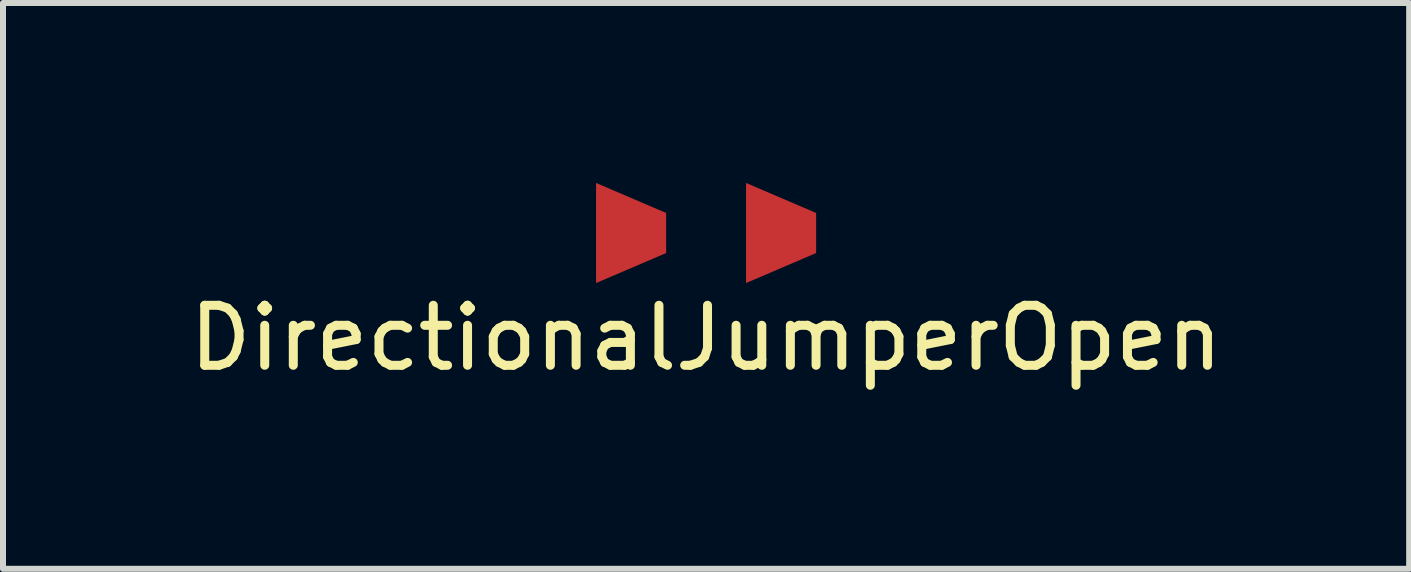
<source format=kicad_pcb>
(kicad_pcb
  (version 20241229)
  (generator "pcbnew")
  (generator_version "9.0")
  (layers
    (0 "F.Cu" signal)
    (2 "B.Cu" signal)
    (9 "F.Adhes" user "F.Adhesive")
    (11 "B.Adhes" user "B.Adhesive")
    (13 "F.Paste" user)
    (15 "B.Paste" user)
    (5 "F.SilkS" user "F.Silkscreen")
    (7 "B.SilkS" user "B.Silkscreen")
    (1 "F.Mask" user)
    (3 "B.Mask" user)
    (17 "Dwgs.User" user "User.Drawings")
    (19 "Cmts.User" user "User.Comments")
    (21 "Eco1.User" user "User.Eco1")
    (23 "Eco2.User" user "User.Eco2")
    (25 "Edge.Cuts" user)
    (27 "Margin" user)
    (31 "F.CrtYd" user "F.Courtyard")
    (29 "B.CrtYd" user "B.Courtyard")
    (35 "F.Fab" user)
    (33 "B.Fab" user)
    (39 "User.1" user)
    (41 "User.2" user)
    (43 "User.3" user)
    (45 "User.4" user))
  (footprint "DirectionalJumperOpen"
    (layer "F.Cu")
    (at 8.72 0.834)
    (property "Reference" "DirectionalJumperOpen" (at 0 1.75 0) (layer "F.SilkS") (effects (font (size 1 1) (thickness 0.15))))
    (attr through_hole)
    (pad "1" smd trapezoid (at -1.25 0 270) (size 1.168 1.168) (rect_delta 0 0.5) (layers "F.Cu" "F.Mask" "F.Paste"))
    (pad "2" smd trapezoid (at 1.25 0 270) (size 1.168 1.168) (rect_delta 0 0.5) (layers "F.Cu" "F.Mask" "F.Paste")))
  (gr_rect
    (start -3 -3)
    (end 20.44 6.432)
    (stroke (width 0.1) (type default))
    (fill no)
    (layer "Edge.Cuts")))
</source>
